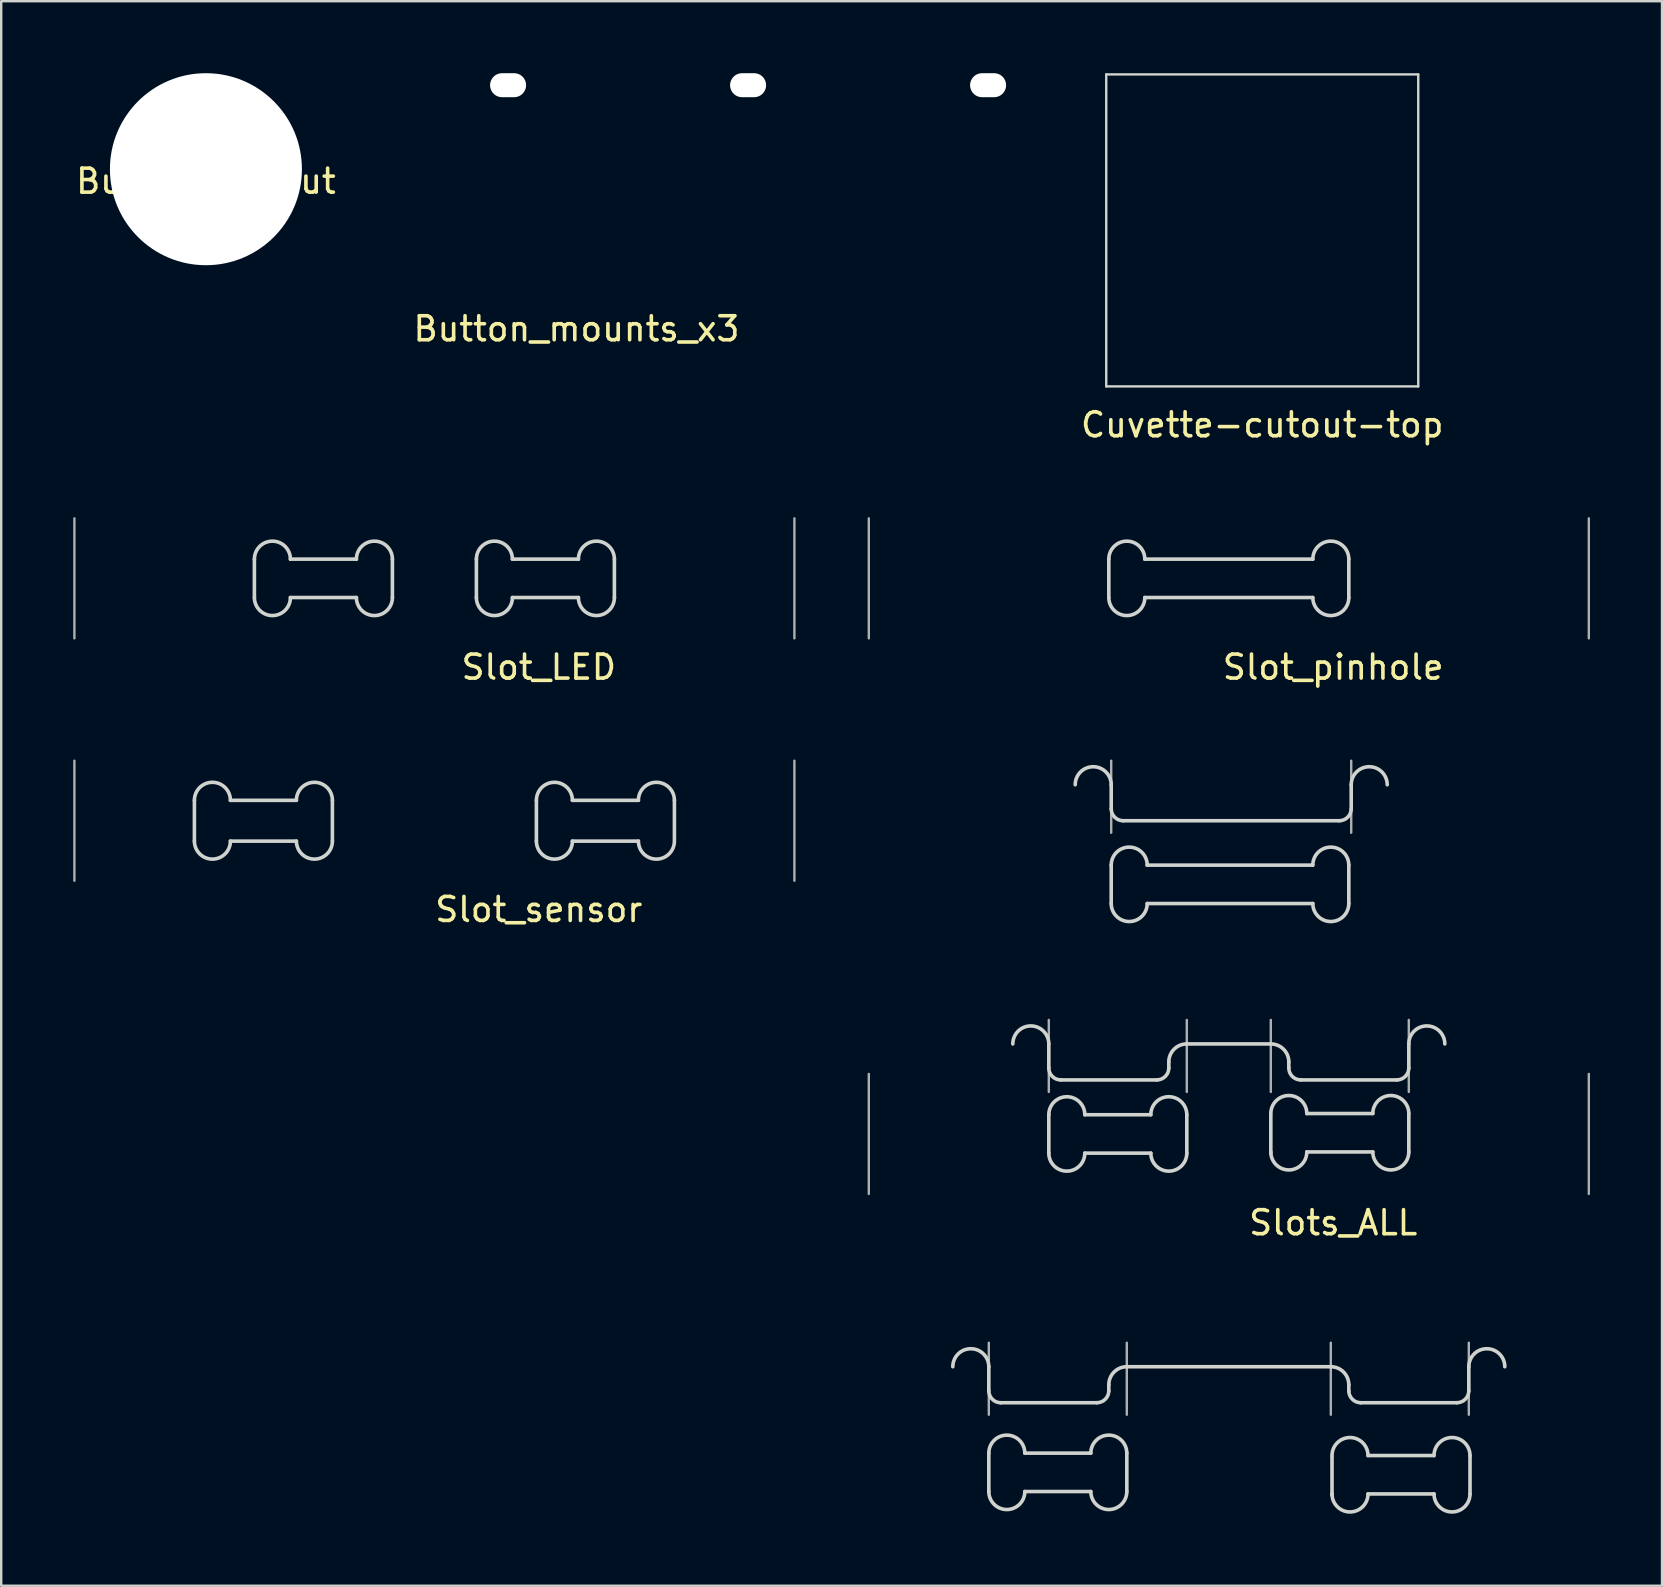
<source format=kicad_pcb>
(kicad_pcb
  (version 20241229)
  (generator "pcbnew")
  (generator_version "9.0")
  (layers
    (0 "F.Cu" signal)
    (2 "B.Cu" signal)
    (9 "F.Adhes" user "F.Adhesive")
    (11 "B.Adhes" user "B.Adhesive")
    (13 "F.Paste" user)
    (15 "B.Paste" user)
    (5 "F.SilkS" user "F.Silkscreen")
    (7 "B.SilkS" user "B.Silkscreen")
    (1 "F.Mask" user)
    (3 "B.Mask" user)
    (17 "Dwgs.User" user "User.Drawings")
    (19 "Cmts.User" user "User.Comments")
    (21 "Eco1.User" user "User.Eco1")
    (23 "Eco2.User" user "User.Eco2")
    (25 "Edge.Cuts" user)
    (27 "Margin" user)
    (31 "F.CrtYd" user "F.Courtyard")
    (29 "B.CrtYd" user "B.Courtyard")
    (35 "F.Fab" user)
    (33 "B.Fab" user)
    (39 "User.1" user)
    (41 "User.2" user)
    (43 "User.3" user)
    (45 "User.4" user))
  (footprint "Button_mounts_x3"
    (layer "F.Cu")
    (at 28.12 0.5)
    (property "Reference" "Button_mounts_x3" (at -7.15 10.15 0) (layer "F.SilkS") (effects (font (size 1 1) (thickness 0.15))))
    (attr through_hole)
    (pad "" np_thru_hole oval (at -10 0) (size 1.5 1) (drill oval 1.5 1) (layers "*.Cu" "*.Mask"))
    (pad "" np_thru_hole oval (at 0 0) (size 1.5 1) (drill oval 1.5 1) (layers "*.Cu" "*.Mask"))
    (pad "" np_thru_hole oval (at 10 0) (size 1.5 1) (drill oval 1.5 1) (layers "*.Cu" "*.Mask")))
  (footprint "Slot_sensor"
    (layer "F.Cu")
    (at 15.05 31.146)
    (property "Reference" "Slot_sensor" (at 4.35 3.7 0) (layer "F.SilkS") (effects (font (size 1 1) (thickness 0.15))))
    (attr through_hole)
    (fp_line (start -10 -0.85) (end -10 0.85) (stroke (width 0.15) (type solid)) (layer "Edge.Cuts"))
    (fp_line (start -8.5 -0.85) (end -5.75 -0.85) (stroke (width 0.15) (type solid)) (layer "Edge.Cuts"))
    (fp_line (start -8.5 0.85) (end -5.75 0.85) (stroke (width 0.15) (type solid)) (layer "Edge.Cuts"))
    (fp_line (start -4.25 -0.85) (end -4.25 0.85) (stroke (width 0.15) (type solid)) (layer "Edge.Cuts"))
    (fp_line (start 4.25 -0.85) (end 4.25 0.85) (stroke (width 0.15) (type solid)) (layer "Edge.Cuts"))
    (fp_line (start 8.5 -0.85) (end 5.75 -0.85) (stroke (width 0.15) (type solid)) (layer "Edge.Cuts"))
    (fp_line (start 8.5 0.85) (end 5.75 0.85) (stroke (width 0.15) (type solid)) (layer "Edge.Cuts"))
    (fp_line (start 10 0.8) (end 10 -0.85) (stroke (width 0.15) (type solid)) (layer "Edge.Cuts"))
    (fp_arc (start -10 -0.85) (mid -9.25 -1.6) (end -8.5 -0.85) (stroke (width 0.15) (type solid)) (layer "Edge.Cuts"))
    (fp_arc (start -8.5 0.85) (mid -9.25 1.6) (end -10 0.85) (stroke (width 0.15) (type solid)) (layer "Edge.Cuts"))
    (fp_arc (start -5.75 -0.85) (mid -5 -1.6) (end -4.25 -0.85) (stroke (width 0.15) (type solid)) (layer "Edge.Cuts"))
    (fp_arc (start -4.25 0.85) (mid -5 1.6) (end -5.75 0.85) (stroke (width 0.15) (type solid)) (layer "Edge.Cuts"))
    (fp_arc (start 4.25 -0.85) (mid 5 -1.6) (end 5.75 -0.85) (stroke (width 0.15) (type solid)) (layer "Edge.Cuts"))
    (fp_arc (start 5.75 0.85) (mid 5 1.6) (end 4.25 0.85) (stroke (width 0.15) (type solid)) (layer "Edge.Cuts"))
    (fp_arc (start 8.5 -0.85) (mid 9.25 -1.6) (end 10 -0.85) (stroke (width 0.15) (type solid)) (layer "Edge.Cuts"))
    (fp_arc (start 10 0.85) (mid 9.25 1.6) (end 8.5 0.85) (stroke (width 0.15) (type solid)) (layer "Edge.Cuts"))
    (fp_line (start -15 -2.5) (end -15 2.5) (stroke (width 0.1) (type solid)) (layer "F.Fab"))
    (fp_line (start 15 -2.5) (end 15 2.5) (stroke (width 0.1) (type solid)) (layer "F.Fab")))
  (footprint "Slots_ALL"
    (layer "F.Cu")
    (at 48.15 44.197)
    (property "Reference" "Slots_ALL" (at 4.35 3.7 0) (layer "F.SilkS") (effects (font (size 1 1) (thickness 0.15))))
    (attr through_hole)
    (fp_line (start -10 10.7) (end -10 9.7) (stroke (width 0.15) (type solid)) (layer "Edge.Cuts"))
    (fp_line (start -10 13.3) (end -10 14.9) (stroke (width 0.15) (type solid)) (layer "Edge.Cuts"))
    (fp_line (start -9.5 11.2) (end -5.5 11.2) (stroke (width 0.15) (type solid)) (layer "Edge.Cuts"))
    (fp_line (start -8.5 13.3) (end -5.75 13.3) (stroke (width 0.15) (type solid)) (layer "Edge.Cuts"))
    (fp_line (start -8.5 14.9) (end -5.75 14.9) (stroke (width 0.15) (type solid)) (layer "Edge.Cuts"))
    (fp_line (start -7.5 -2.75) (end -7.5 -3.75) (stroke (width 0.15) (type solid)) (layer "Edge.Cuts"))
    (fp_line (start -7.5 -0.8) (end -7.5 0.8) (stroke (width 0.15) (type solid)) (layer "Edge.Cuts"))
    (fp_line (start -7 -2.25) (end -3 -2.25) (stroke (width 0.15) (type solid)) (layer "Edge.Cuts"))
    (fp_line (start -6 -0.8) (end -3.25 -0.8) (stroke (width 0.15) (type solid)) (layer "Edge.Cuts"))
    (fp_line (start -6 0.8) (end -3.25 0.8) (stroke (width 0.15) (type solid)) (layer "Edge.Cuts"))
    (fp_line (start -5 10.7) (end -5 10.45) (stroke (width 0.15) (type solid)) (layer "Edge.Cuts"))
    (fp_line (start -4.9 -13.55) (end -4.9 -14.55) (stroke (width 0.15) (type solid)) (layer "Edge.Cuts"))
    (fp_line (start -4.9 -11.2) (end -4.9 -9.6) (stroke (width 0.15) (type solid)) (layer "Edge.Cuts"))
    (fp_line (start -4.4 -13.05) (end 4.6 -13.05) (stroke (width 0.15) (type solid)) (layer "Edge.Cuts"))
    (fp_line (start -4.25 9.7) (end 4.25 9.7) (stroke (width 0.15) (type solid)) (layer "Edge.Cuts"))
    (fp_line (start -4.25 13.3) (end -4.25 14.9) (stroke (width 0.15) (type solid)) (layer "Edge.Cuts"))
    (fp_line (start -3.4 -11.2) (end 3.5 -11.2) (stroke (width 0.15) (type solid)) (layer "Edge.Cuts"))
    (fp_line (start -3.4 -9.6) (end 3.5 -9.6) (stroke (width 0.15) (type solid)) (layer "Edge.Cuts"))
    (fp_line (start -2.5 -2.75) (end -2.5 -3) (stroke (width 0.15) (type solid)) (layer "Edge.Cuts"))
    (fp_line (start -1.75 -3.75) (end 1.75 -3.75) (stroke (width 0.15) (type solid)) (layer "Edge.Cuts"))
    (fp_line (start -1.75 -0.8) (end -1.75 0.8) (stroke (width 0.15) (type solid)) (layer "Edge.Cuts"))
    (fp_line (start 1.75 -0.8) (end 1.75 0.8) (stroke (width 0.15) (type solid)) (layer "Edge.Cuts"))
    (fp_line (start 2.5 -3) (end 2.5 -2.75) (stroke (width 0.15) (type solid)) (layer "Edge.Cuts"))
    (fp_line (start 3 -2.25) (end 7 -2.25) (stroke (width 0.15) (type solid)) (layer "Edge.Cuts"))
    (fp_line (start 4.3 13.45) (end 4.3 15.05) (stroke (width 0.15) (type solid)) (layer "Edge.Cuts"))
    (fp_line (start 5 -11.2) (end 5 -9.6) (stroke (width 0.15) (type solid)) (layer "Edge.Cuts"))
    (fp_line (start 5 10.45) (end 5 10.7) (stroke (width 0.15) (type solid)) (layer "Edge.Cuts"))
    (fp_line (start 5.1 -13.55) (end 5.1 -14.55) (stroke (width 0.15) (type solid)) (layer "Edge.Cuts"))
    (fp_line (start 5.5 11.2) (end 9.5 11.2) (stroke (width 0.15) (type solid)) (layer "Edge.Cuts"))
    (fp_line (start 6 -0.85) (end 3.25 -0.85) (stroke (width 0.15) (type solid)) (layer "Edge.Cuts"))
    (fp_line (start 6 0.75) (end 3.25 0.75) (stroke (width 0.15) (type solid)) (layer "Edge.Cuts"))
    (fp_line (start 7.5 -2.75) (end 7.5 -3.75) (stroke (width 0.15) (type solid)) (layer "Edge.Cuts"))
    (fp_line (start 7.5 0.75) (end 7.5 -0.85) (stroke (width 0.15) (type solid)) (layer "Edge.Cuts"))
    (fp_line (start 8.55 13.4) (end 5.8 13.4) (stroke (width 0.15) (type solid)) (layer "Edge.Cuts"))
    (fp_line (start 8.55 15) (end 5.8 15) (stroke (width 0.15) (type solid)) (layer "Edge.Cuts"))
    (fp_line (start 10 10.7) (end 10 9.7) (stroke (width 0.15) (type solid)) (layer "Edge.Cuts"))
    (fp_line (start 10.05 15) (end 10.05 13.4) (stroke (width 0.15) (type solid)) (layer "Edge.Cuts"))
    (fp_arc (start -11.5 9.7) (mid -10.75 8.95) (end -10 9.7) (stroke (width 0.15) (type solid)) (layer "Edge.Cuts"))
    (fp_arc (start -10 13.3) (mid -9.25 12.55) (end -8.5 13.3) (stroke (width 0.15) (type solid)) (layer "Edge.Cuts"))
    (fp_arc (start -9.5 11.2) (mid -9.853553 11.053553) (end -10 10.7) (stroke (width 0.15) (type solid)) (layer "Edge.Cuts"))
    (fp_arc (start -9 -3.75) (mid -8.25 -4.5) (end -7.5 -3.75) (stroke (width 0.15) (type solid)) (layer "Edge.Cuts"))
    (fp_arc (start -8.5 14.9) (mid -9.25 15.65) (end -10 14.9) (stroke (width 0.15) (type solid)) (layer "Edge.Cuts"))
    (fp_arc (start -7.5 -0.8) (mid -6.75 -1.55) (end -6 -0.8) (stroke (width 0.15) (type solid)) (layer "Edge.Cuts"))
    (fp_arc (start -7 -2.25) (mid -7.353553 -2.396447) (end -7.5 -2.75) (stroke (width 0.15) (type solid)) (layer "Edge.Cuts"))
    (fp_arc (start -6.4 -14.55) (mid -5.65 -15.3) (end -4.9 -14.55) (stroke (width 0.15) (type solid)) (layer "Edge.Cuts"))
    (fp_arc (start -6 0.8) (mid -6.75 1.55) (end -7.5 0.8) (stroke (width 0.15) (type solid)) (layer "Edge.Cuts"))
    (fp_arc (start -5.75 13.3) (mid -5 12.55) (end -4.25 13.3) (stroke (width 0.15) (type solid)) (layer "Edge.Cuts"))
    (fp_arc (start -5 10.45) (mid -4.78033 9.91967) (end -4.25 9.7) (stroke (width 0.15) (type solid)) (layer "Edge.Cuts"))
    (fp_arc (start -5 10.7) (mid -5.146447 11.053553) (end -5.5 11.2) (stroke (width 0.15) (type solid)) (layer "Edge.Cuts"))
    (fp_arc (start -4.9 -11.2) (mid -4.15 -11.95) (end -3.4 -11.2) (stroke (width 0.15) (type solid)) (layer "Edge.Cuts"))
    (fp_arc (start -4.4 -13.05) (mid -4.753553 -13.196447) (end -4.9 -13.55) (stroke (width 0.15) (type solid)) (layer "Edge.Cuts"))
    (fp_arc (start -4.25 14.9) (mid -5 15.65) (end -5.75 14.9) (stroke (width 0.15) (type solid)) (layer "Edge.Cuts"))
    (fp_arc (start -3.4 -9.6) (mid -4.15 -8.85) (end -4.9 -9.6) (stroke (width 0.15) (type solid)) (layer "Edge.Cuts"))
    (fp_arc (start -3.25 -0.8) (mid -2.5 -1.55) (end -1.75 -0.8) (stroke (width 0.15) (type solid)) (layer "Edge.Cuts"))
    (fp_arc (start -2.5 -3) (mid -2.28033 -3.53033) (end -1.75 -3.75) (stroke (width 0.15) (type solid)) (layer "Edge.Cuts"))
    (fp_arc (start -2.5 -2.75) (mid -2.646447 -2.396447) (end -3 -2.25) (stroke (width 0.15) (type solid)) (layer "Edge.Cuts"))
    (fp_arc (start -1.75 0.8) (mid -2.5 1.55) (end -3.25 0.8) (stroke (width 0.15) (type solid)) (layer "Edge.Cuts"))
    (fp_arc (start 1.75 -3.75) (mid 2.28033 -3.53033) (end 2.5 -3) (stroke (width 0.15) (type solid)) (layer "Edge.Cuts"))
    (fp_arc (start 1.75 -0.85) (mid 2.5 -1.6) (end 3.25 -0.85) (stroke (width 0.15) (type solid)) (layer "Edge.Cuts"))
    (fp_arc (start 3 -2.25) (mid 2.646447 -2.396447) (end 2.5 -2.75) (stroke (width 0.15) (type solid)) (layer "Edge.Cuts"))
    (fp_arc (start 3.25 0.75) (mid 2.5 1.5) (end 1.75 0.75) (stroke (width 0.15) (type solid)) (layer "Edge.Cuts"))
    (fp_arc (start 3.5 -11.2) (mid 4.25 -11.95) (end 5 -11.2) (stroke (width 0.15) (type solid)) (layer "Edge.Cuts"))
    (fp_arc (start 4.25 9.7) (mid 4.78033 9.91967) (end 5 10.45) (stroke (width 0.15) (type solid)) (layer "Edge.Cuts"))
    (fp_arc (start 4.3 13.4) (mid 5.05 12.65) (end 5.8 13.4) (stroke (width 0.15) (type solid)) (layer "Edge.Cuts"))
    (fp_arc (start 5 -9.6) (mid 4.25 -8.85) (end 3.5 -9.6) (stroke (width 0.15) (type solid)) (layer "Edge.Cuts"))
    (fp_arc (start 5.1 -14.55) (mid 5.85 -15.3) (end 6.6 -14.55) (stroke (width 0.15) (type solid)) (layer "Edge.Cuts"))
    (fp_arc (start 5.1 -13.55) (mid 4.953553 -13.196447) (end 4.6 -13.05) (stroke (width 0.15) (type solid)) (layer "Edge.Cuts"))
    (fp_arc (start 5.5 11.2) (mid 5.146447 11.053553) (end 5 10.7) (stroke (width 0.15) (type solid)) (layer "Edge.Cuts"))
    (fp_arc (start 5.8 15) (mid 5.05 15.75) (end 4.3 15) (stroke (width 0.15) (type solid)) (layer "Edge.Cuts"))
    (fp_arc (start 6 -0.85) (mid 6.75 -1.6) (end 7.5 -0.85) (stroke (width 0.15) (type solid)) (layer "Edge.Cuts"))
    (fp_arc (start 7.5 -3.75) (mid 8.25 -4.5) (end 9 -3.75) (stroke (width 0.15) (type solid)) (layer "Edge.Cuts"))
    (fp_arc (start 7.5 -2.75) (mid 7.353553 -2.396447) (end 7 -2.25) (stroke (width 0.15) (type solid)) (layer "Edge.Cuts"))
    (fp_arc (start 7.5 0.75) (mid 6.75 1.5) (end 6 0.75) (stroke (width 0.15) (type solid)) (layer "Edge.Cuts"))
    (fp_arc (start 8.55 13.4) (mid 9.3 12.65) (end 10.05 13.4) (stroke (width 0.15) (type solid)) (layer "Edge.Cuts"))
    (fp_arc (start 10 9.7) (mid 10.75 8.95) (end 11.5 9.7) (stroke (width 0.15) (type solid)) (layer "Edge.Cuts"))
    (fp_arc (start 10 10.7) (mid 9.853553 11.053553) (end 9.5 11.2) (stroke (width 0.15) (type solid)) (layer "Edge.Cuts"))
    (fp_arc (start 10.05 15) (mid 9.3 15.75) (end 8.55 15) (stroke (width 0.15) (type solid)) (layer "Edge.Cuts"))
    (fp_line (start -15 -2.5) (end -15 2.5) (stroke (width 0.1) (type solid)) (layer "F.Fab"))
    (fp_line (start -10 8.7) (end -10 11.7) (stroke (width 0.1) (type solid)) (layer "F.Fab"))
    (fp_line (start -7.5 -4.75) (end -7.5 -1.75) (stroke (width 0.1) (type solid)) (layer "F.Fab"))
    (fp_line (start -4.9 -15.55) (end -4.9 -12.55) (stroke (width 0.1) (type solid)) (layer "F.Fab"))
    (fp_line (start -4.25 8.7) (end -4.25 11.7) (stroke (width 0.1) (type solid)) (layer "F.Fab"))
    (fp_line (start -1.75 -4.75) (end -1.75 -1.75) (stroke (width 0.1) (type solid)) (layer "F.Fab"))
    (fp_line (start 1.75 -4.75) (end 1.75 -1.75) (stroke (width 0.1) (type solid)) (layer "F.Fab"))
    (fp_line (start 4.25 8.7) (end 4.25 11.7) (stroke (width 0.1) (type solid)) (layer "F.Fab"))
    (fp_line (start 5.1 -15.55) (end 5.1 -12.55) (stroke (width 0.1) (type solid)) (layer "F.Fab"))
    (fp_line (start 7.5 -4.75) (end 7.5 -1.75) (stroke (width 0.1) (type solid)) (layer "F.Fab"))
    (fp_line (start 10 8.7) (end 10 11.7) (stroke (width 0.1) (type solid)) (layer "F.Fab"))
    (fp_line (start 15 -2.5) (end 15 2.5) (stroke (width 0.1) (type solid)) (layer "F.Fab")))
  (footprint "Button-cutout"
    (layer "F.Cu")
    (at 5.53 4)
    (property "Reference" "Button-cutout" (at 0 0.5 0) (layer "F.SilkS") (effects (font (size 1 1) (thickness 0.15))))
    (attr through_hole)
    (pad "" np_thru_hole circle (at 0 0) (size 8 8) (drill 8) (layers "*.Cu" "*.Mask")))
  (footprint "Cuvette-cutout-top"
    (layer "F.Cu")
    (at 49.543 6.55)
    (property "Reference" "Cuvette-cutout-top" (at 0 8.1 0) (layer "F.SilkS") (effects (font (size 1 1) (thickness 0.15))))
    (attr through_hole)
    (fp_line (start -6.5 -6.5) (end 6.5 -6.5) (stroke (width 0.1) (type solid)) (layer "Edge.Cuts"))
    (fp_line (start -6.5 6.5) (end -6.5 -6.5) (stroke (width 0.1) (type solid)) (layer "Edge.Cuts"))
    (fp_line (start 6.5 -6.5) (end 6.5 6.5) (stroke (width 0.1) (type solid)) (layer "Edge.Cuts"))
    (fp_line (start 6.5 6.5) (end -6.5 6.5) (stroke (width 0.1) (type solid)) (layer "Edge.Cuts")))
  (footprint "Slot_pinhole"
    (layer "F.Cu")
    (at 48.15 21.048)
    (property "Reference" "Slot_pinhole" (at 4.35 3.7 0) (layer "F.SilkS") (effects (font (size 1 1) (thickness 0.15))))
    (attr through_hole)
    (fp_line (start -5 -0.8) (end -5 0.8) (stroke (width 0.15) (type solid)) (layer "Edge.Cuts"))
    (fp_line (start -3.5 -0.8) (end 3.5 -0.8) (stroke (width 0.15) (type solid)) (layer "Edge.Cuts"))
    (fp_line (start -3.5 0.8) (end 3.5 0.8) (stroke (width 0.15) (type solid)) (layer "Edge.Cuts"))
    (fp_line (start 5 -0.8) (end 5 0.8) (stroke (width 0.15) (type solid)) (layer "Edge.Cuts"))
    (fp_arc (start -5 -0.8) (mid -4.25 -1.55) (end -3.5 -0.8) (stroke (width 0.15) (type solid)) (layer "Edge.Cuts"))
    (fp_arc (start -3.5 0.8) (mid -4.25 1.55) (end -5 0.8) (stroke (width 0.15) (type solid)) (layer "Edge.Cuts"))
    (fp_arc (start 3.5 -0.8) (mid 4.25 -1.55) (end 5 -0.8) (stroke (width 0.15) (type solid)) (layer "Edge.Cuts"))
    (fp_arc (start 5 0.8) (mid 4.25 1.55) (end 3.5 0.8) (stroke (width 0.15) (type solid)) (layer "Edge.Cuts"))
    (fp_line (start -15 -2.5) (end -15 2.5) (stroke (width 0.1) (type solid)) (layer "F.Fab"))
    (fp_line (start 15 -2.5) (end 15 2.5) (stroke (width 0.1) (type solid)) (layer "F.Fab")))
  (footprint "Slot_LED"
    (layer "F.Cu")
    (at 15.05 21.048)
    (property "Reference" "Slot_LED" (at 4.35 3.7 0) (layer "F.SilkS") (effects (font (size 1 1) (thickness 0.15))))
    (attr through_hole)
    (fp_line (start -7.5 -0.8) (end -7.5 0.8) (stroke (width 0.15) (type solid)) (layer "Edge.Cuts"))
    (fp_line (start -6 -0.8) (end -3.25 -0.8) (stroke (width 0.15) (type solid)) (layer "Edge.Cuts"))
    (fp_line (start -6 0.8) (end -3.25 0.8) (stroke (width 0.15) (type solid)) (layer "Edge.Cuts"))
    (fp_line (start -1.75 -0.8) (end -1.75 0.8) (stroke (width 0.15) (type solid)) (layer "Edge.Cuts"))
    (fp_line (start 1.75 -0.8) (end 1.75 0.8) (stroke (width 0.15) (type solid)) (layer "Edge.Cuts"))
    (fp_line (start 6 -0.8) (end 3.25 -0.8) (stroke (width 0.15) (type solid)) (layer "Edge.Cuts"))
    (fp_line (start 6 0.8) (end 3.25 0.8) (stroke (width 0.15) (type solid)) (layer "Edge.Cuts"))
    (fp_line (start 7.5 0.8) (end 7.5 -0.8) (stroke (width 0.15) (type solid)) (layer "Edge.Cuts"))
    (fp_arc (start -7.5 -0.8) (mid -6.75 -1.55) (end -6 -0.8) (stroke (width 0.15) (type solid)) (layer "Edge.Cuts"))
    (fp_arc (start -6 0.8) (mid -6.75 1.55) (end -7.5 0.8) (stroke (width 0.15) (type solid)) (layer "Edge.Cuts"))
    (fp_arc (start -3.25 -0.8) (mid -2.5 -1.55) (end -1.75 -0.8) (stroke (width 0.15) (type solid)) (layer "Edge.Cuts"))
    (fp_arc (start -1.75 0.8) (mid -2.5 1.55) (end -3.25 0.8) (stroke (width 0.15) (type solid)) (layer "Edge.Cuts"))
    (fp_arc (start 1.75 -0.8) (mid 2.5 -1.55) (end 3.25 -0.8) (stroke (width 0.15) (type solid)) (layer "Edge.Cuts"))
    (fp_arc (start 3.25 0.8) (mid 2.5 1.55) (end 1.75 0.8) (stroke (width 0.15) (type solid)) (layer "Edge.Cuts"))
    (fp_arc (start 6 -0.8) (mid 6.75 -1.55) (end 7.5 -0.8) (stroke (width 0.15) (type solid)) (layer "Edge.Cuts"))
    (fp_arc (start 7.5 0.8) (mid 6.75 1.55) (end 6 0.8) (stroke (width 0.15) (type solid)) (layer "Edge.Cuts"))
    (fp_line (start -15 -2.5) (end -15 2.5) (stroke (width 0.1) (type solid)) (layer "F.Fab"))
    (fp_line (start 15 -2.5) (end 15 2.5) (stroke (width 0.1) (type solid)) (layer "F.Fab")))
  (gr_rect
    (start -3 -3)
    (end 66.2 63.022)
    (stroke (width 0.1) (type default))
    (fill no)
    (layer "Edge.Cuts")))
</source>
